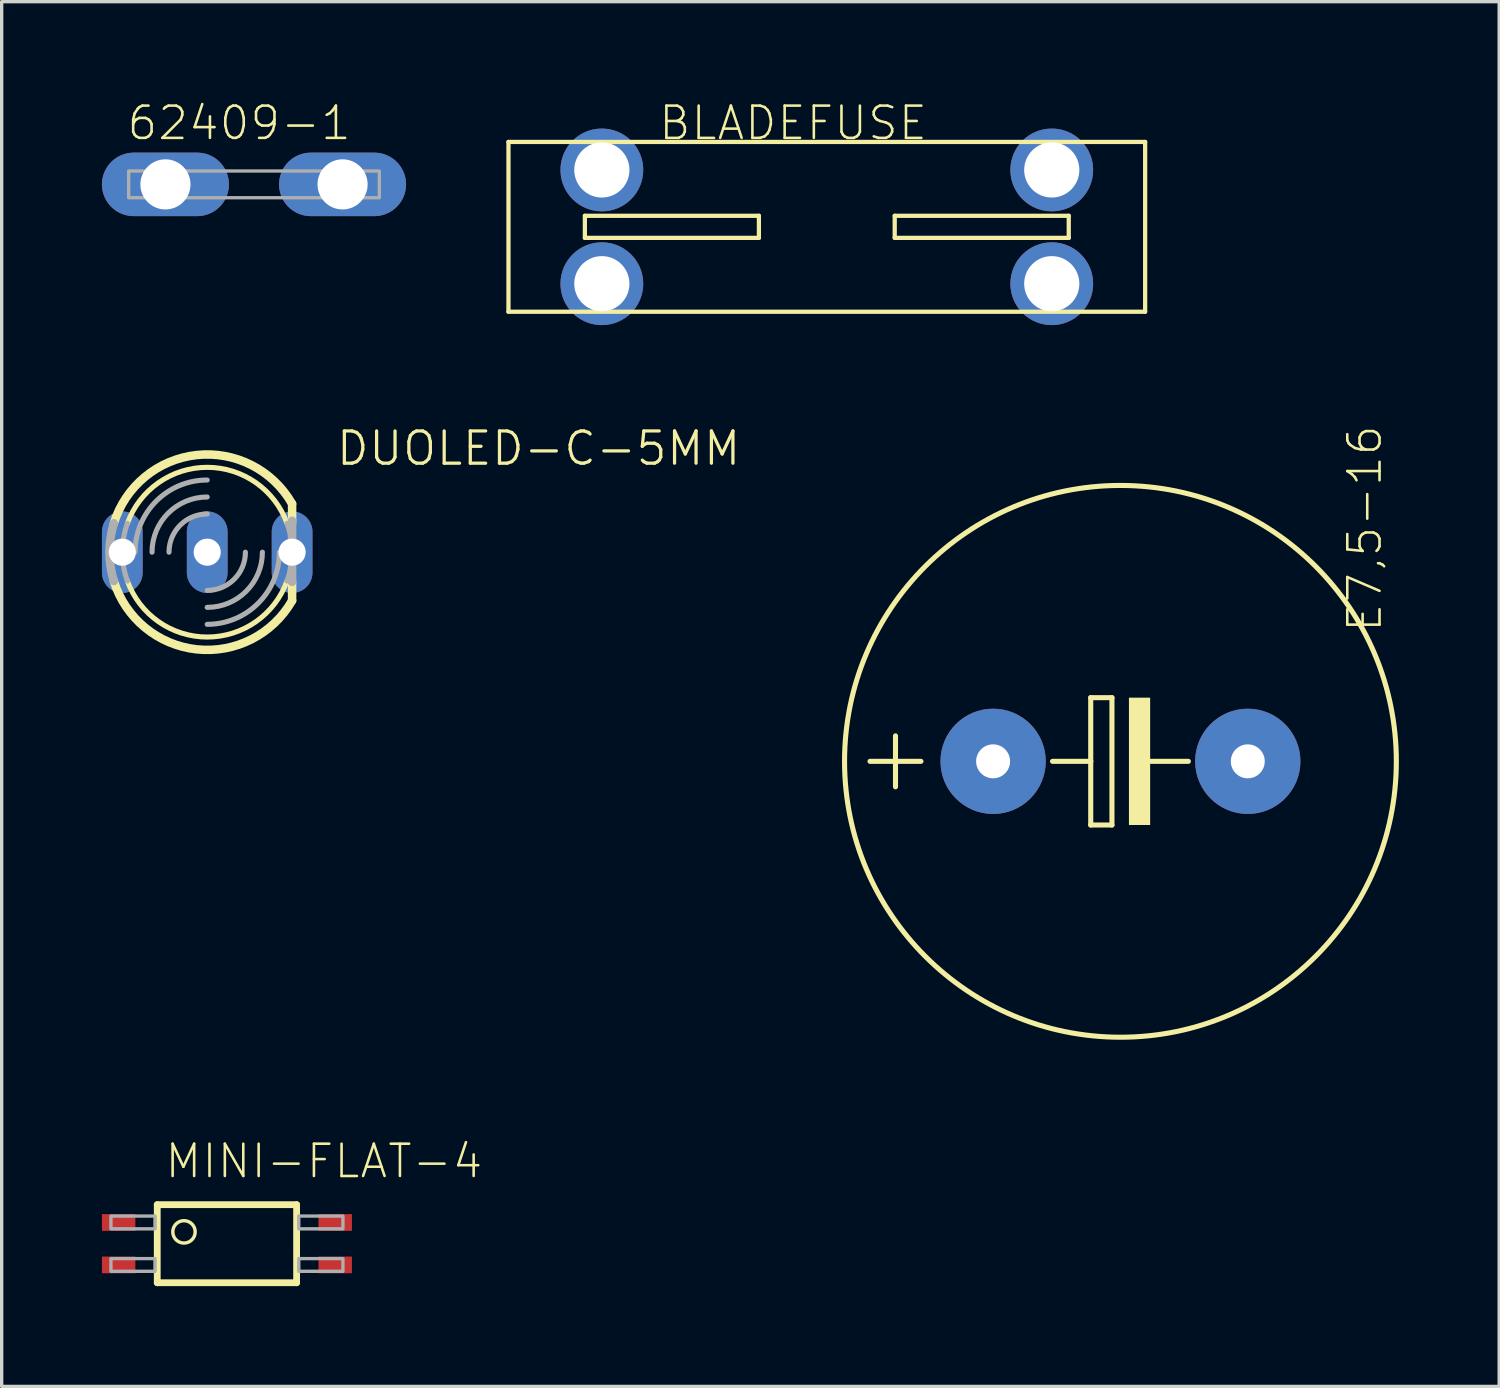
<source format=kicad_pcb>
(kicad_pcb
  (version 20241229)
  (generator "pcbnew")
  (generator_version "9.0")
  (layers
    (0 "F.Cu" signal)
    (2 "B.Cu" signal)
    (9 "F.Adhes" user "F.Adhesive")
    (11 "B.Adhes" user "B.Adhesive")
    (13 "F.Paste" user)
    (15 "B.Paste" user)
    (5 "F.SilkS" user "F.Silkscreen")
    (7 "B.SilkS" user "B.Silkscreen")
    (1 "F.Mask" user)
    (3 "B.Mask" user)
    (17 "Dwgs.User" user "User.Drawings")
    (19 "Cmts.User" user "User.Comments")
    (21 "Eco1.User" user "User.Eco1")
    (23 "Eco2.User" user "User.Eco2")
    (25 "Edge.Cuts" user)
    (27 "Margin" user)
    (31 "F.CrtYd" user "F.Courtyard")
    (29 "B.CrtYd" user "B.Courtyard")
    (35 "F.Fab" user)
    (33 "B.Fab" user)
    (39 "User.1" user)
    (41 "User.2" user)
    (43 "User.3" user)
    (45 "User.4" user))
  (footprint "BLADEFUSE"
    (layer "F.Cu")
    (at 21.689 3.737)
    (property "Reference" "BLADEFUSE" (at -5.08 -2.54 0) (layer "F.SilkS") (effects (font (size 0.965 0.965) (thickness 0.077)) (justify left bottom)))
    (attr through_hole)
    (fp_line (start -9.525 -2.54) (end 9.525 -2.54) (stroke (width 0.127) (type solid)) (layer "F.SilkS"))
    (fp_line (start -9.525 2.54) (end -9.525 -2.54) (stroke (width 0.127) (type solid)) (layer "F.SilkS"))
    (fp_line (start -7.239 -0.33) (end -2.032 -0.33) (stroke (width 0.127) (type solid)) (layer "F.SilkS"))
    (fp_line (start -7.239 0.33) (end -7.239 -0.33) (stroke (width 0.127) (type solid)) (layer "F.SilkS"))
    (fp_line (start -2.032 -0.33) (end -2.032 0.33) (stroke (width 0.127) (type solid)) (layer "F.SilkS"))
    (fp_line (start -2.032 0.33) (end -7.239 0.33) (stroke (width 0.127) (type solid)) (layer "F.SilkS"))
    (fp_line (start 2.032 -0.33) (end 2.032 0.33) (stroke (width 0.127) (type solid)) (layer "F.SilkS"))
    (fp_line (start 2.032 0.33) (end 7.239 0.33) (stroke (width 0.127) (type solid)) (layer "F.SilkS"))
    (fp_line (start 7.239 -0.33) (end 2.032 -0.33) (stroke (width 0.127) (type solid)) (layer "F.SilkS"))
    (fp_line (start 7.239 0.33) (end 7.239 -0.33) (stroke (width 0.127) (type solid)) (layer "F.SilkS"))
    (fp_line (start 9.525 -2.54) (end 9.525 2.54) (stroke (width 0.127) (type solid)) (layer "F.SilkS"))
    (fp_line (start 9.525 2.54) (end -9.525 2.54) (stroke (width 0.127) (type solid)) (layer "F.SilkS"))
    (pad "1A" thru_hole circle (at -6.731 -1.702 0.1) (size 2.477 2.477) (drill 1.651) (layers "*.Cu" "*.Mask"))
    (pad "1B" thru_hole circle (at -6.731 1.702) (size 2.477 2.477) (drill 1.651) (layers "*.Cu" "*.Mask"))
    (pad "2A" thru_hole circle (at 6.731 -1.702) (size 2.477 2.477) (drill 1.651) (layers "*.Cu" "*.Mask"))
    (pad "2B" thru_hole circle (at 6.731 1.702) (size 2.477 2.477) (drill 1.651) (layers "*.Cu" "*.Mask")))
  (footprint "E7,5-16"
    (layer "F.Cu")
    (at 30.475 19.73)
    (property "Reference" "E7,5-16" (at 7.874 -3.81 270) (layer "F.SilkS") (effects (font (size 0.965 0.965) (thickness 0.077)) (justify left bottom)))
    (attr through_hole)
    (fp_line (start -7.493 0) (end -5.969 0) (stroke (width 0.152) (type solid)) (layer "F.SilkS"))
    (fp_line (start -6.731 0.762) (end -6.731 -0.762) (stroke (width 0.152) (type solid)) (layer "F.SilkS"))
    (fp_line (start -0.889 -1.905) (end -0.889 0) (stroke (width 0.152) (type solid)) (layer "F.SilkS"))
    (fp_line (start -0.889 0) (end -2.032 0) (stroke (width 0.152) (type solid)) (layer "F.SilkS"))
    (fp_line (start -0.889 0) (end -0.889 1.905) (stroke (width 0.152) (type solid)) (layer "F.SilkS"))
    (fp_line (start -0.889 1.905) (end -0.254 1.905) (stroke (width 0.152) (type solid)) (layer "F.SilkS"))
    (fp_line (start -0.254 -1.905) (end -0.889 -1.905) (stroke (width 0.152) (type solid)) (layer "F.SilkS"))
    (fp_line (start -0.254 1.905) (end -0.254 -1.905) (stroke (width 0.152) (type solid)) (layer "F.SilkS"))
    (fp_line (start 0.635 0) (end 2.032 0) (stroke (width 0.152) (type solid)) (layer "F.SilkS"))
    (fp_circle (center 0 0) (end 8.255 0) (stroke (width 0.152) (type solid)) (fill no) (layer "F.SilkS"))
    (fp_poly (pts (xy 0.254 1.905) (xy 0.889 1.905) (xy 0.889 -1.905) (xy 0.254 -1.905)) (stroke (width 0) (type solid)) (fill yes) (layer "F.SilkS"))
    (pad "+" thru_hole circle (at -3.81 0) (size 3.15 3.15) (drill 1.016) (layers "*.Cu" "*.Mask"))
    (pad "-" thru_hole circle (at 3.81 0) (size 3.15 3.15) (drill 1.016) (layers "*.Cu" "*.Mask")))
  (footprint "MINI-FLAT-4"
    (layer "F.Cu")
    (at 3.74 34.163)
    (property "Reference" "MINI-FLAT-4" (at -1.905 -1.905 180) (layer "F.SilkS") (effects (font (size 0.965 0.965) (thickness 0.077)) (justify left bottom)))
    (attr through_hole)
    (fp_line (start -2.085 -1.168) (end -2.085 1.168) (stroke (width 0.203) (type solid)) (layer "F.SilkS"))
    (fp_line (start -2.085 1.168) (end 2.085 1.168) (stroke (width 0.203) (type solid)) (layer "F.SilkS"))
    (fp_line (start 2.085 -1.168) (end -2.085 -1.168) (stroke (width 0.203) (type solid)) (layer "F.SilkS"))
    (fp_line (start 2.085 1.168) (end 2.085 -1.168) (stroke (width 0.203) (type solid)) (layer "F.SilkS"))
    (fp_circle (center -1.285 -0.354) (end -0.95 -0.354) (stroke (width 0.102) (type solid)) (fill no) (layer "F.SilkS"))
    (fp_poly (pts (xy -3.471 -0.445) (xy -2.15 -0.445) (xy -2.15 -0.826) (xy -3.471 -0.826)) (stroke (width 0.1) (type solid)) (fill no) (layer "F.Fab"))
    (fp_poly (pts (xy -3.471 0.826) (xy -2.15 0.826) (xy -2.15 0.445) (xy -3.471 0.445)) (stroke (width 0.1) (type solid)) (fill no) (layer "F.Fab"))
    (fp_poly (pts (xy 3.471 -0.826) (xy 2.15 -0.826) (xy 2.15 -0.445) (xy 3.471 -0.445)) (stroke (width 0.1) (type solid)) (fill no) (layer "F.Fab"))
    (fp_poly (pts (xy 3.471 0.445) (xy 2.15 0.445) (xy 2.15 0.826) (xy 3.471 0.826)) (stroke (width 0.1) (type solid)) (fill no) (layer "F.Fab"))
    (pad "1" smd rect (at -3.24 -0.635) (size 1 0.5) (layers "F.Cu" "F.Mask" "F.Paste"))
    (pad "2" smd rect (at -3.24 0.635) (size 1 0.5) (layers "F.Cu" "F.Mask" "F.Paste"))
    (pad "3" smd rect (at 3.24 0.635 180) (size 1 0.5) (layers "F.Cu" "F.Mask" "F.Paste"))
    (pad "4" smd rect (at 3.24 -0.635 180) (size 1 0.5) (layers "F.Cu" "F.Mask" "F.Paste")))
  (footprint "DUOLED-C-5MM"
    (layer "F.Cu")
    (at 3.15 13.472)
    (property "Reference" "DUOLED-C-5MM" (at 3.81 -2.54 0) (layer "F.SilkS") (effects (font (size 0.965 0.965) (thickness 0.097)) (justify left bottom)))
    (attr through_hole)
    (fp_line (start 2.54 -1.448) (end 2.54 -0.889) (stroke (width 0.254) (type solid)) (layer "F.SilkS"))
    (fp_line (start 2.54 0.889) (end 2.54 1.448) (stroke (width 0.254) (type solid)) (layer "F.SilkS"))
    (fp_arc (start -2.7933 -0.8634) (mid -0.3185 -2.906455) (end 2.540001 -1.447798) (stroke (width 0.254) (type solid)) (layer "F.SilkS"))
    (fp_arc (start -2.3876 -0.8636) (mid 0 -2.538984) (end 2.3876 -0.8636) (stroke (width 0.1524) (type solid)) (layer "F.SilkS"))
    (fp_arc (start 2.3876 0.8636) (mid 0 2.538984) (end -2.3876 0.8636) (stroke (width 0.1524) (type solid)) (layer "F.SilkS"))
    (fp_arc (start 2.540698 1.448201) (mid -0.318535 2.906916) (end -2.794 0.8636) (stroke (width 0.254) (type solid)) (layer "F.SilkS"))
    (fp_line (start 2.54 -0.94) (end 2.54 0.889) (stroke (width 0.254) (type solid)) (layer "F.Fab"))
    (fp_arc (start -2.794 0.8636) (mid -2.924421 0) (end -2.794 -0.8636) (stroke (width 0.254) (type solid)) (layer "F.Fab"))
    (fp_arc (start -2.3876 0.8636) (mid -2.538984 0) (end -2.3876 -0.8636) (stroke (width 0.1524) (type solid)) (layer "F.Fab"))
    (fp_arc (start -2.159 0) (mid -1.526644 -1.526644) (end 0 -2.159) (stroke (width 0.1524) (type solid)) (layer "F.Fab"))
    (fp_arc (start -1.651 0) (mid -1.167433 -1.167433) (end 0 -1.651) (stroke (width 0.1524) (type solid)) (layer "F.Fab"))
    (fp_arc (start -1.143 0) (mid -0.808223 -0.808223) (end 0 -1.143) (stroke (width 0.1524) (type solid)) (layer "F.Fab"))
    (fp_arc (start 1.143 0) (mid 0.808223 0.808223) (end 0 1.143) (stroke (width 0.1524) (type solid)) (layer "F.Fab"))
    (fp_arc (start 1.651 0) (mid 1.167433 1.167433) (end 0 1.651) (stroke (width 0.1524) (type solid)) (layer "F.Fab"))
    (fp_arc (start 2.159 0) (mid 1.526644 1.526644) (end 0 2.159) (stroke (width 0.1524) (type solid)) (layer "F.Fab"))
    (fp_arc (start 2.3876 -0.8636) (mid 2.538984 0) (end 2.3876 0.8636) (stroke (width 0.1524) (type solid)) (layer "F.Fab"))
    (pad "AR" thru_hole oval (at 2.54 0 90) (size 2.438 1.219) (drill 0.813) (layers "*.Cu" "*.Mask"))
    (pad "AX" thru_hole oval (at -2.54 0 90) (size 2.438 1.219) (drill 0.813) (layers "*.Cu" "*.Mask"))
    (pad "C" thru_hole oval (at 0 0 90) (size 2.438 1.219) (drill 0.813) (layers "*.Cu" "*.Mask")))
  (footprint "62409-1"
    (layer "F.Cu")
    (at 4.55 2.467)
    (property "Reference" "62409-1" (at -3.85 -1.27 0) (layer "F.SilkS") (effects (font (size 0.965 0.965) (thickness 0.077)) (justify left bottom)))
    (attr through_hole)
    (fp_poly (pts (xy -3.75 0.4) (xy 3.75 0.4) (xy 3.75 -0.4) (xy -3.75 -0.4)) (stroke (width 0.1) (type solid)) (fill no) (layer "F.Fab"))
    (pad "A1" thru_hole oval (at -2.65 0) (size 3.8 1.9) (drill 1.5) (layers "*.Cu" "*.Mask"))
    (pad "A2" thru_hole oval (at 2.65 0) (size 3.8 1.9) (drill 1.5) (layers "*.Cu" "*.Mask")))
  (gr_rect
    (start -3 -3)
    (end 41.807 38.433)
    (stroke (width 0.1) (type default))
    (fill no)
    (layer "Edge.Cuts")))
</source>
